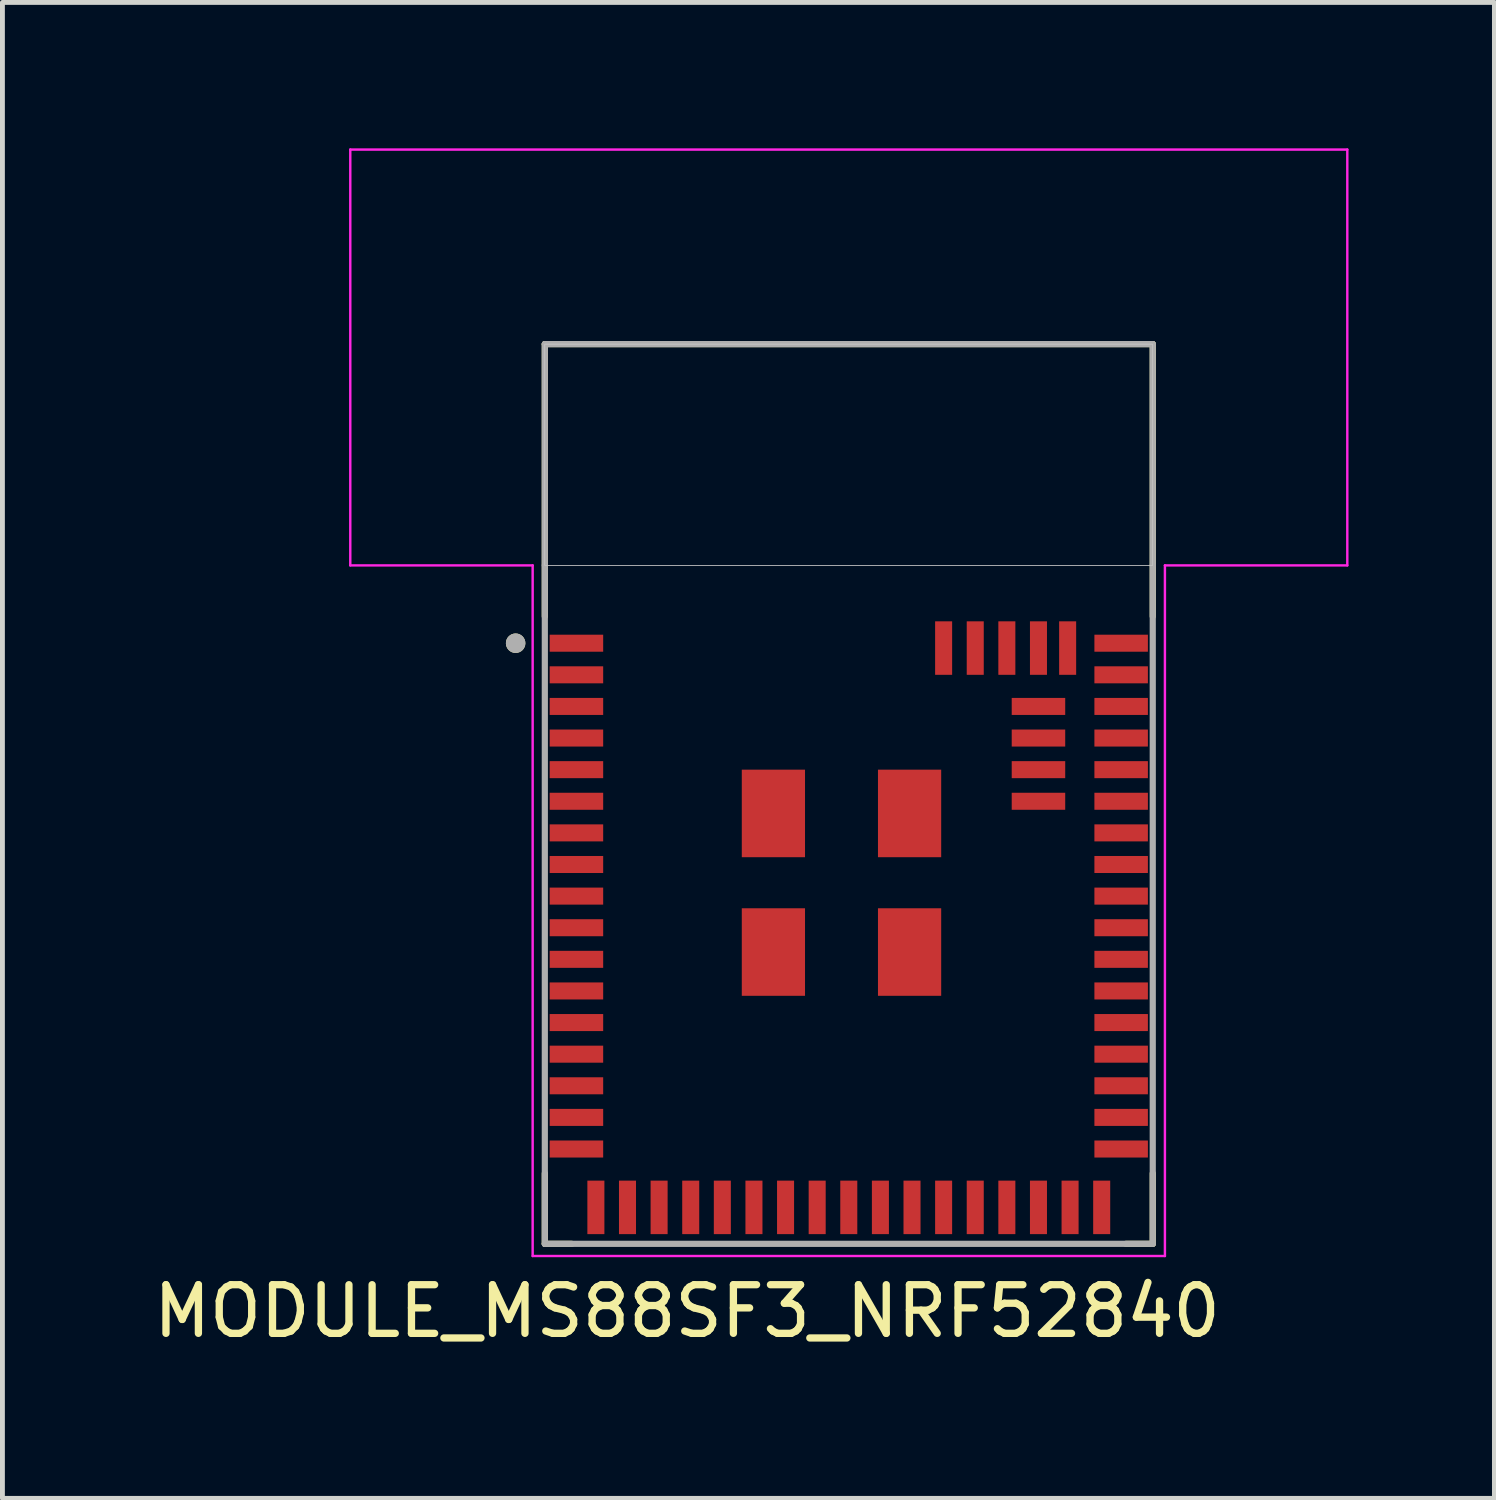
<source format=kicad_pcb>
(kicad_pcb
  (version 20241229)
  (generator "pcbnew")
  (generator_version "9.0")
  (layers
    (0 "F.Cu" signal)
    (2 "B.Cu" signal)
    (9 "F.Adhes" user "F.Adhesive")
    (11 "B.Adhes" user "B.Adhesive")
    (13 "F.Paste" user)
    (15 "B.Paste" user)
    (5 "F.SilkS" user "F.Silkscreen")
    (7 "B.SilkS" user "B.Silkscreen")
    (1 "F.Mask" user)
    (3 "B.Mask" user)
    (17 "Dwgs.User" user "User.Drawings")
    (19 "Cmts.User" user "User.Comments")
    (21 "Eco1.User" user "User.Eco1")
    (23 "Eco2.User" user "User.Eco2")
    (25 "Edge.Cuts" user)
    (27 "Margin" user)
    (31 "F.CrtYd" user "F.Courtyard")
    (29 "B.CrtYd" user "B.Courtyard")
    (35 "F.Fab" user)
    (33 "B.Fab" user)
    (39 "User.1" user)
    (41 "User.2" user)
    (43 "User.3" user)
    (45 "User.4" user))
  (footprint "MODULE_MS88SF3_NRF52840"
    (layer "F.Cu")
    (at 14.402 13.275)
    (property "Reference" "MODULE_MS88SF3_NRF52840" (at -3.325 10.635 0) (layer "F.SilkS") (effects (font (size 1 1) (thickness 0.15))))
    (attr through_hole)
    (fp_line (start -6.25 -9.25) (end 6.25 -9.25) (stroke (width 0.127) (type solid)) (layer "F.SilkS"))
    (fp_line (start -6.25 -3.65) (end -6.25 -9.25) (stroke (width 0.127) (type solid)) (layer "F.SilkS"))
    (fp_line (start -6.25 9.25) (end -6.25 7.8) (stroke (width 0.127) (type solid)) (layer "F.SilkS"))
    (fp_line (start -5.695 9.25) (end -6.25 9.25) (stroke (width 0.127) (type solid)) (layer "F.SilkS"))
    (fp_line (start 6.25 -9.25) (end 6.25 -3.65) (stroke (width 0.127) (type solid)) (layer "F.SilkS"))
    (fp_line (start 6.25 9.25) (end 5.695 9.25) (stroke (width 0.127) (type solid)) (layer "F.SilkS"))
    (fp_line (start 6.25 9.25) (end 6.25 7.8) (stroke (width 0.127) (type solid)) (layer "F.SilkS"))
    (fp_circle (center -6.85 -3.1) (end -6.75 -3.1) (stroke (width 0.2) (type solid)) (fill no) (layer "F.SilkS"))
    (fp_poly (pts (xy -6.25 -9.25) (xy 6.25 -9.25) (xy 6.25 -4.7) (xy -6.25 -4.7)) (stroke (width 0.01) (type solid)) (fill no) (layer "Dwgs.User"))
    (fp_poly (pts (xy -6.25 -9.25) (xy 6.25 -9.25) (xy 6.25 -4.7) (xy -6.25 -4.7)) (stroke (width 0.01) (type solid)) (fill no) (layer "Dwgs.User"))
    (fp_poly (pts (xy -6.25 -9.25) (xy 6.25 -9.25) (xy 6.25 -4.7) (xy -6.25 -4.7)) (stroke (width 0.01) (type solid)) (fill no) (layer "Dwgs.User"))
    (fp_line (start -10.25 -13.25) (end 10.25 -13.25) (stroke (width 0.05) (type solid)) (layer "F.CrtYd"))
    (fp_line (start -10.25 -4.7) (end -10.25 -13.25) (stroke (width 0.05) (type solid)) (layer "F.CrtYd"))
    (fp_line (start -6.5 -4.7) (end -10.25 -4.7) (stroke (width 0.05) (type solid)) (layer "F.CrtYd"))
    (fp_line (start -6.5 -4.7) (end -6.5 9.5) (stroke (width 0.05) (type solid)) (layer "F.CrtYd"))
    (fp_line (start -6.5 9.5) (end 6.5 9.5) (stroke (width 0.05) (type solid)) (layer "F.CrtYd"))
    (fp_line (start 6.5 9.5) (end 6.5 -4.7) (stroke (width 0.05) (type solid)) (layer "F.CrtYd"))
    (fp_line (start 10.25 -13.25) (end 10.25 -4.7) (stroke (width 0.05) (type solid)) (layer "F.CrtYd"))
    (fp_line (start 10.25 -4.7) (end 6.5 -4.7) (stroke (width 0.05) (type solid)) (layer "F.CrtYd"))
    (fp_line (start -6.25 -9.25) (end 6.25 -9.25) (stroke (width 0.127) (type solid)) (layer "F.Fab"))
    (fp_line (start -6.25 -4.7) (end -6.25 -9.25) (stroke (width 0.127) (type solid)) (layer "F.Fab"))
    (fp_line (start -6.25 9.25) (end -6.25 -4.7) (stroke (width 0.127) (type solid)) (layer "F.Fab"))
    (fp_line (start 6.25 -9.25) (end 6.25 -4.7) (stroke (width 0.127) (type solid)) (layer "F.Fab"))
    (fp_line (start 6.25 -4.7) (end 6.25 9.25) (stroke (width 0.127) (type solid)) (layer "F.Fab"))
    (fp_line (start 6.25 9.25) (end -6.25 9.25) (stroke (width 0.127) (type solid)) (layer "F.Fab"))
    (fp_circle (center -6.85 -3.1) (end -6.75 -3.1) (stroke (width 0.2) (type solid)) (fill no) (layer "F.Fab"))
    (pad "1" smd rect (at -5.6 -3.1) (size 1.1 0.35) (layers "F.Cu" "F.Mask" "F.Paste"))
    (pad "2" smd rect (at -5.6 -2.45) (size 1.1 0.35) (layers "F.Cu" "F.Mask" "F.Paste"))
    (pad "3" smd rect (at -5.6 -1.8) (size 1.1 0.35) (layers "F.Cu" "F.Mask" "F.Paste"))
    (pad "4" smd rect (at -5.6 -1.15) (size 1.1 0.35) (layers "F.Cu" "F.Mask" "F.Paste"))
    (pad "5" smd rect (at -5.6 -0.5) (size 1.1 0.35) (layers "F.Cu" "F.Mask" "F.Paste"))
    (pad "6" smd rect (at -5.6 0.15) (size 1.1 0.35) (layers "F.Cu" "F.Mask" "F.Paste"))
    (pad "7" smd rect (at -5.6 0.8) (size 1.1 0.35) (layers "F.Cu" "F.Mask" "F.Paste"))
    (pad "8" smd rect (at -5.6 1.45) (size 1.1 0.35) (layers "F.Cu" "F.Mask" "F.Paste"))
    (pad "9" smd rect (at -5.6 2.1) (size 1.1 0.35) (layers "F.Cu" "F.Mask" "F.Paste"))
    (pad "10" smd rect (at -5.6 2.75) (size 1.1 0.35) (layers "F.Cu" "F.Mask" "F.Paste"))
    (pad "11" smd rect (at -5.6 3.4) (size 1.1 0.35) (layers "F.Cu" "F.Mask" "F.Paste"))
    (pad "12" smd rect (at -5.6 4.05) (size 1.1 0.35) (layers "F.Cu" "F.Mask" "F.Paste"))
    (pad "13" smd rect (at -5.6 4.7) (size 1.1 0.35) (layers "F.Cu" "F.Mask" "F.Paste"))
    (pad "14" smd rect (at -5.6 5.35) (size 1.1 0.35) (layers "F.Cu" "F.Mask" "F.Paste"))
    (pad "15" smd rect (at -5.6 6) (size 1.1 0.35) (layers "F.Cu" "F.Mask" "F.Paste"))
    (pad "16" smd rect (at -5.6 6.65) (size 1.1 0.35) (layers "F.Cu" "F.Mask" "F.Paste"))
    (pad "17" smd rect (at -5.6 7.3) (size 1.1 0.35) (layers "F.Cu" "F.Mask" "F.Paste"))
    (pad "18" smd rect (at -5.2 8.5) (size 0.35 1.1) (layers "F.Cu" "F.Mask" "F.Paste"))
    (pad "19" smd rect (at -4.55 8.5) (size 0.35 1.1) (layers "F.Cu" "F.Mask" "F.Paste"))
    (pad "20" smd rect (at -3.9 8.5) (size 0.35 1.1) (layers "F.Cu" "F.Mask" "F.Paste"))
    (pad "21" smd rect (at -3.25 8.5) (size 0.35 1.1) (layers "F.Cu" "F.Mask" "F.Paste"))
    (pad "22" smd rect (at -2.6 8.5) (size 0.35 1.1) (layers "F.Cu" "F.Mask" "F.Paste"))
    (pad "23" smd rect (at -1.95 8.5) (size 0.35 1.1) (layers "F.Cu" "F.Mask" "F.Paste"))
    (pad "24" smd rect (at -1.3 8.5) (size 0.35 1.1) (layers "F.Cu" "F.Mask" "F.Paste"))
    (pad "25" smd rect (at -0.65 8.5) (size 0.35 1.1) (layers "F.Cu" "F.Mask" "F.Paste"))
    (pad "26" smd rect (at 0 8.5) (size 0.35 1.1) (layers "F.Cu" "F.Mask" "F.Paste"))
    (pad "27" smd rect (at 0.65 8.5) (size 0.35 1.1) (layers "F.Cu" "F.Mask" "F.Paste"))
    (pad "28" smd rect (at 1.3 8.5) (size 0.35 1.1) (layers "F.Cu" "F.Mask" "F.Paste"))
    (pad "29" smd rect (at 1.95 8.5) (size 0.35 1.1) (layers "F.Cu" "F.Mask" "F.Paste"))
    (pad "30" smd rect (at 2.6 8.5) (size 0.35 1.1) (layers "F.Cu" "F.Mask" "F.Paste"))
    (pad "31" smd rect (at 3.25 8.5) (size 0.35 1.1) (layers "F.Cu" "F.Mask" "F.Paste"))
    (pad "32" smd rect (at 3.9 8.5) (size 0.35 1.1) (layers "F.Cu" "F.Mask" "F.Paste"))
    (pad "33" smd rect (at 4.55 8.5) (size 0.35 1.1) (layers "F.Cu" "F.Mask" "F.Paste"))
    (pad "34" smd rect (at 5.2 8.5) (size 0.35 1.1) (layers "F.Cu" "F.Mask" "F.Paste"))
    (pad "35" smd rect (at 5.6 7.3) (size 1.1 0.35) (layers "F.Cu" "F.Mask" "F.Paste"))
    (pad "36" smd rect (at 5.6 6.65) (size 1.1 0.35) (layers "F.Cu" "F.Mask" "F.Paste"))
    (pad "37" smd rect (at 5.6 6) (size 1.1 0.35) (layers "F.Cu" "F.Mask" "F.Paste"))
    (pad "38" smd rect (at 5.6 5.35) (size 1.1 0.35) (layers "F.Cu" "F.Mask" "F.Paste"))
    (pad "39" smd rect (at 5.6 4.7) (size 1.1 0.35) (layers "F.Cu" "F.Mask" "F.Paste"))
    (pad "40" smd rect (at 5.6 4.05) (size 1.1 0.35) (layers "F.Cu" "F.Mask" "F.Paste"))
    (pad "41" smd rect (at 5.6 3.4) (size 1.1 0.35) (layers "F.Cu" "F.Mask" "F.Paste"))
    (pad "42" smd rect (at 5.6 2.75) (size 1.1 0.35) (layers "F.Cu" "F.Mask" "F.Paste"))
    (pad "43" smd rect (at 5.6 2.1) (size 1.1 0.35) (layers "F.Cu" "F.Mask" "F.Paste"))
    (pad "44" smd rect (at 5.6 1.45) (size 1.1 0.35) (layers "F.Cu" "F.Mask" "F.Paste"))
    (pad "45" smd rect (at 5.6 0.8) (size 1.1 0.35) (layers "F.Cu" "F.Mask" "F.Paste"))
    (pad "46" smd rect (at 5.6 0.15) (size 1.1 0.35) (layers "F.Cu" "F.Mask" "F.Paste"))
    (pad "47" smd rect (at 5.6 -0.5) (size 1.1 0.35) (layers "F.Cu" "F.Mask" "F.Paste"))
    (pad "48" smd rect (at 5.6 -1.15) (size 1.1 0.35) (layers "F.Cu" "F.Mask" "F.Paste"))
    (pad "49" smd rect (at 5.6 -1.8) (size 1.1 0.35) (layers "F.Cu" "F.Mask" "F.Paste"))
    (pad "50" smd rect (at 5.6 -2.45) (size 1.1 0.35) (layers "F.Cu" "F.Mask" "F.Paste"))
    (pad "51" smd rect (at 5.6 -3.1) (size 1.1 0.35) (layers "F.Cu" "F.Mask" "F.Paste"))
    (pad "52" smd rect (at 4.5 -3) (size 0.35 1.1) (layers "F.Cu" "F.Mask" "F.Paste"))
    (pad "53" smd rect (at 3.9 -3) (size 0.35 1.1) (layers "F.Cu" "F.Mask" "F.Paste"))
    (pad "54" smd rect (at 3.25 -3) (size 0.35 1.1) (layers "F.Cu" "F.Mask" "F.Paste"))
    (pad "55" smd rect (at 2.6 -3) (size 0.35 1.1) (layers "F.Cu" "F.Mask" "F.Paste"))
    (pad "56" smd rect (at 1.95 -3) (size 0.35 1.1) (layers "F.Cu" "F.Mask" "F.Paste"))
    (pad "57" smd rect (at 3.9 -1.8) (size 1.1 0.35) (layers "F.Cu" "F.Mask" "F.Paste"))
    (pad "58" smd rect (at 3.9 -1.15) (size 1.1 0.35) (layers "F.Cu" "F.Mask" "F.Paste"))
    (pad "59" smd rect (at 3.9 -0.5) (size 1.1 0.35) (layers "F.Cu" "F.Mask" "F.Paste"))
    (pad "60" smd rect (at 3.9 0.15) (size 1.1 0.35) (layers "F.Cu" "F.Mask" "F.Paste"))
    (pad "61" smd rect (at 1.25 0.4) (size 1.3 1.8) (layers "F.Cu" "F.Mask" "F.Paste"))
    (pad "62" smd rect (at 1.25 3.25) (size 1.3 1.8) (layers "F.Cu" "F.Mask" "F.Paste"))
    (pad "63" smd rect (at -1.55 3.25) (size 1.3 1.8) (layers "F.Cu" "F.Mask" "F.Paste"))
    (pad "64" smd rect (at -1.55 0.4) (size 1.3 1.8) (layers "F.Cu" "F.Mask" "F.Paste")))
  (gr_rect
    (start -3 -3)
    (end 27.677 27.758)
    (stroke (width 0.1) (type default))
    (fill no)
    (layer "Edge.Cuts")))
</source>
